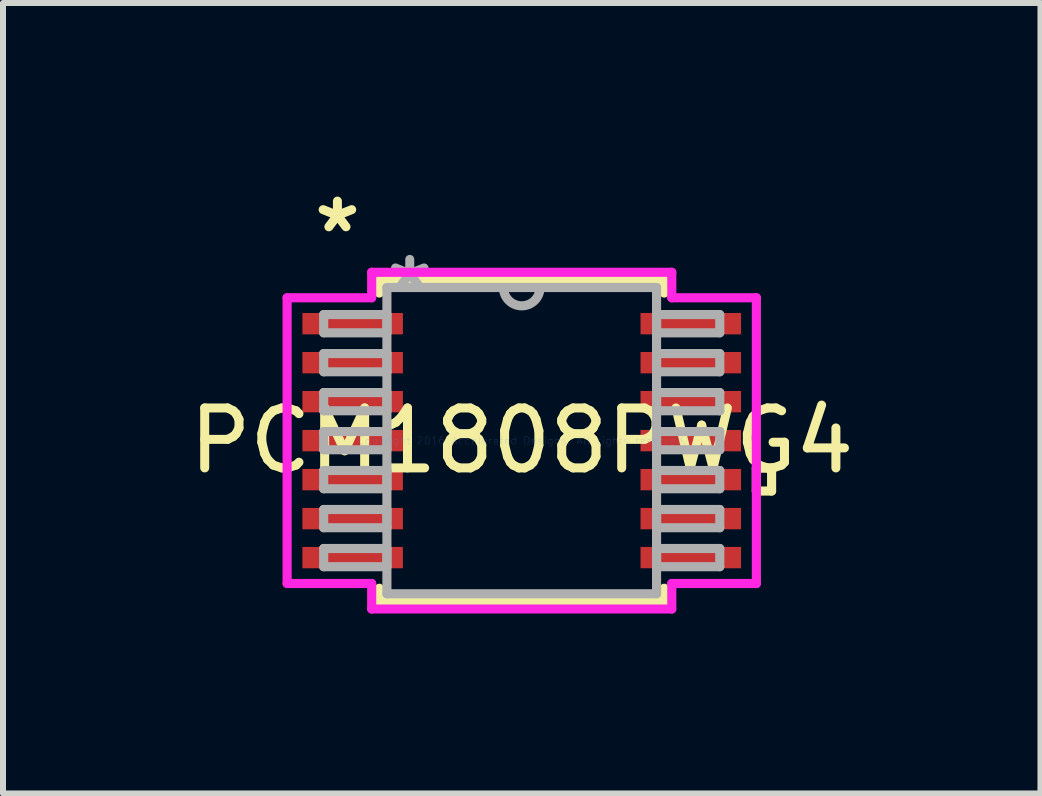
<source format=kicad_pcb>
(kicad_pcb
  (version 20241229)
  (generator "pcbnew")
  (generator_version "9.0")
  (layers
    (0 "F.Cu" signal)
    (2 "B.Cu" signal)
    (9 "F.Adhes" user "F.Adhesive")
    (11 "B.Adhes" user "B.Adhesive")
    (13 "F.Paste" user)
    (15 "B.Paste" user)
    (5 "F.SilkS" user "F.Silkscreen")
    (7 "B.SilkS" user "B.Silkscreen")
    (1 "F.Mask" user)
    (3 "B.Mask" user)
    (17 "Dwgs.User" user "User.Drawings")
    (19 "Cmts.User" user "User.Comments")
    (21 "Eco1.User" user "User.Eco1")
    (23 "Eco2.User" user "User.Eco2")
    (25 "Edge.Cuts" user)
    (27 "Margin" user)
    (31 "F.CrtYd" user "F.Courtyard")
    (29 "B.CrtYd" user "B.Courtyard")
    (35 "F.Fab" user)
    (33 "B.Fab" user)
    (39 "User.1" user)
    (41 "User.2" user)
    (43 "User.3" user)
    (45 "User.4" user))
  (footprint "PCM1808PWG4"
    (layer "F.Cu")
    (at 5.649 4.297)
    (property "Reference" "PCM1808PWG4" (at 0 0 0) (layer "F.SilkS") (effects (font (size 1 1) (thickness 0.15))))
    (attr through_hole)
    (fp_line (start -2.375 -2.68) (end -2.375 -2.461) (stroke (width 0.152) (type solid)) (layer "F.SilkS"))
    (fp_line (start -2.375 2.461) (end -2.375 2.68) (stroke (width 0.152) (type solid)) (layer "F.SilkS"))
    (fp_line (start -2.375 2.68) (end 2.375 2.68) (stroke (width 0.152) (type solid)) (layer "F.SilkS"))
    (fp_line (start 2.375 -2.68) (end -2.375 -2.68) (stroke (width 0.152) (type solid)) (layer "F.SilkS"))
    (fp_line (start 2.375 -2.461) (end 2.375 -2.68) (stroke (width 0.152) (type solid)) (layer "F.SilkS"))
    (fp_line (start 2.375 2.68) (end 2.375 2.461) (stroke (width 0.152) (type solid)) (layer "F.SilkS"))
    (fp_line (start 3.912 0.459) (end 4.166 0.459) (stroke (width 0.152) (type solid)) (layer "F.SilkS"))
    (fp_line (start 3.912 0.84) (end 3.912 0.459) (stroke (width 0.152) (type solid)) (layer "F.SilkS"))
    (fp_line (start 4.166 0.459) (end 4.166 0.84) (stroke (width 0.152) (type solid)) (layer "F.SilkS"))
    (fp_line (start 4.166 0.84) (end 3.912 0.84) (stroke (width 0.152) (type solid)) (layer "F.SilkS"))
    (fp_line (start -3.912 -2.382) (end -2.502 -2.382) (stroke (width 0.152) (type solid)) (layer "F.CrtYd"))
    (fp_line (start -3.912 2.382) (end -3.912 -2.382) (stroke (width 0.152) (type solid)) (layer "F.CrtYd"))
    (fp_line (start -2.502 -2.807) (end 2.502 -2.807) (stroke (width 0.152) (type solid)) (layer "F.CrtYd"))
    (fp_line (start -2.502 -2.382) (end -2.502 -2.807) (stroke (width 0.152) (type solid)) (layer "F.CrtYd"))
    (fp_line (start -2.502 2.382) (end -3.912 2.382) (stroke (width 0.152) (type solid)) (layer "F.CrtYd"))
    (fp_line (start -2.502 2.807) (end -2.502 2.382) (stroke (width 0.152) (type solid)) (layer "F.CrtYd"))
    (fp_line (start 2.502 -2.807) (end 2.502 -2.382) (stroke (width 0.152) (type solid)) (layer "F.CrtYd"))
    (fp_line (start 2.502 -2.382) (end 3.912 -2.382) (stroke (width 0.152) (type solid)) (layer "F.CrtYd"))
    (fp_line (start 2.502 2.382) (end 2.502 2.807) (stroke (width 0.152) (type solid)) (layer "F.CrtYd"))
    (fp_line (start 2.502 2.807) (end -2.502 2.807) (stroke (width 0.152) (type solid)) (layer "F.CrtYd"))
    (fp_line (start 3.912 -2.382) (end 3.912 2.382) (stroke (width 0.152) (type solid)) (layer "F.CrtYd"))
    (fp_line (start 3.912 2.382) (end 2.502 2.382) (stroke (width 0.152) (type solid)) (layer "F.CrtYd"))
    (fp_line (start -3.302 -2.102) (end -3.302 -1.798) (stroke (width 0.152) (type solid)) (layer "F.Fab"))
    (fp_line (start -3.302 -1.798) (end -2.248 -1.798) (stroke (width 0.152) (type solid)) (layer "F.Fab"))
    (fp_line (start -3.302 -1.452) (end -3.302 -1.148) (stroke (width 0.152) (type solid)) (layer "F.Fab"))
    (fp_line (start -3.302 -1.148) (end -2.248 -1.148) (stroke (width 0.152) (type solid)) (layer "F.Fab"))
    (fp_line (start -3.302 -0.802) (end -3.302 -0.498) (stroke (width 0.152) (type solid)) (layer "F.Fab"))
    (fp_line (start -3.302 -0.498) (end -2.248 -0.498) (stroke (width 0.152) (type solid)) (layer "F.Fab"))
    (fp_line (start -3.302 -0.152) (end -3.302 0.152) (stroke (width 0.152) (type solid)) (layer "F.Fab"))
    (fp_line (start -3.302 0.152) (end -2.248 0.152) (stroke (width 0.152) (type solid)) (layer "F.Fab"))
    (fp_line (start -3.302 0.498) (end -3.302 0.802) (stroke (width 0.152) (type solid)) (layer "F.Fab"))
    (fp_line (start -3.302 0.802) (end -2.248 0.802) (stroke (width 0.152) (type solid)) (layer "F.Fab"))
    (fp_line (start -3.302 1.148) (end -3.302 1.452) (stroke (width 0.152) (type solid)) (layer "F.Fab"))
    (fp_line (start -3.302 1.452) (end -2.248 1.452) (stroke (width 0.152) (type solid)) (layer "F.Fab"))
    (fp_line (start -3.302 1.798) (end -3.302 2.102) (stroke (width 0.152) (type solid)) (layer "F.Fab"))
    (fp_line (start -3.302 2.102) (end -2.248 2.102) (stroke (width 0.152) (type solid)) (layer "F.Fab"))
    (fp_line (start -2.248 -2.553) (end -2.248 2.553) (stroke (width 0.152) (type solid)) (layer "F.Fab"))
    (fp_line (start -2.248 -2.102) (end -3.302 -2.102) (stroke (width 0.152) (type solid)) (layer "F.Fab"))
    (fp_line (start -2.248 -1.798) (end -2.248 -2.102) (stroke (width 0.152) (type solid)) (layer "F.Fab"))
    (fp_line (start -2.248 -1.452) (end -3.302 -1.452) (stroke (width 0.152) (type solid)) (layer "F.Fab"))
    (fp_line (start -2.248 -1.148) (end -2.248 -1.452) (stroke (width 0.152) (type solid)) (layer "F.Fab"))
    (fp_line (start -2.248 -0.802) (end -3.302 -0.802) (stroke (width 0.152) (type solid)) (layer "F.Fab"))
    (fp_line (start -2.248 -0.498) (end -2.248 -0.802) (stroke (width 0.152) (type solid)) (layer "F.Fab"))
    (fp_line (start -2.248 -0.152) (end -3.302 -0.152) (stroke (width 0.152) (type solid)) (layer "F.Fab"))
    (fp_line (start -2.248 0.152) (end -2.248 -0.152) (stroke (width 0.152) (type solid)) (layer "F.Fab"))
    (fp_line (start -2.248 0.498) (end -3.302 0.498) (stroke (width 0.152) (type solid)) (layer "F.Fab"))
    (fp_line (start -2.248 0.802) (end -2.248 0.498) (stroke (width 0.152) (type solid)) (layer "F.Fab"))
    (fp_line (start -2.248 1.148) (end -3.302 1.148) (stroke (width 0.152) (type solid)) (layer "F.Fab"))
    (fp_line (start -2.248 1.452) (end -2.248 1.148) (stroke (width 0.152) (type solid)) (layer "F.Fab"))
    (fp_line (start -2.248 1.798) (end -3.302 1.798) (stroke (width 0.152) (type solid)) (layer "F.Fab"))
    (fp_line (start -2.248 2.102) (end -2.248 1.798) (stroke (width 0.152) (type solid)) (layer "F.Fab"))
    (fp_line (start -2.248 2.553) (end 2.248 2.553) (stroke (width 0.152) (type solid)) (layer "F.Fab"))
    (fp_line (start 2.248 -2.553) (end -2.248 -2.553) (stroke (width 0.152) (type solid)) (layer "F.Fab"))
    (fp_line (start 2.248 -2.102) (end 2.248 -1.798) (stroke (width 0.152) (type solid)) (layer "F.Fab"))
    (fp_line (start 2.248 -1.798) (end 3.302 -1.798) (stroke (width 0.152) (type solid)) (layer "F.Fab"))
    (fp_line (start 2.248 -1.452) (end 2.248 -1.148) (stroke (width 0.152) (type solid)) (layer "F.Fab"))
    (fp_line (start 2.248 -1.148) (end 3.302 -1.148) (stroke (width 0.152) (type solid)) (layer "F.Fab"))
    (fp_line (start 2.248 -0.802) (end 2.248 -0.498) (stroke (width 0.152) (type solid)) (layer "F.Fab"))
    (fp_line (start 2.248 -0.498) (end 3.302 -0.498) (stroke (width 0.152) (type solid)) (layer "F.Fab"))
    (fp_line (start 2.248 -0.152) (end 2.248 0.152) (stroke (width 0.152) (type solid)) (layer "F.Fab"))
    (fp_line (start 2.248 0.152) (end 3.302 0.152) (stroke (width 0.152) (type solid)) (layer "F.Fab"))
    (fp_line (start 2.248 0.498) (end 2.248 0.802) (stroke (width 0.152) (type solid)) (layer "F.Fab"))
    (fp_line (start 2.248 0.802) (end 3.302 0.802) (stroke (width 0.152) (type solid)) (layer "F.Fab"))
    (fp_line (start 2.248 1.148) (end 2.248 1.452) (stroke (width 0.152) (type solid)) (layer "F.Fab"))
    (fp_line (start 2.248 1.452) (end 3.302 1.452) (stroke (width 0.152) (type solid)) (layer "F.Fab"))
    (fp_line (start 2.248 1.798) (end 2.248 2.102) (stroke (width 0.152) (type solid)) (layer "F.Fab"))
    (fp_line (start 2.248 2.102) (end 3.302 2.102) (stroke (width 0.152) (type solid)) (layer "F.Fab"))
    (fp_line (start 2.248 2.553) (end 2.248 -2.553) (stroke (width 0.152) (type solid)) (layer "F.Fab"))
    (fp_line (start 3.302 -2.102) (end 2.248 -2.102) (stroke (width 0.152) (type solid)) (layer "F.Fab"))
    (fp_line (start 3.302 -1.798) (end 3.302 -2.102) (stroke (width 0.152) (type solid)) (layer "F.Fab"))
    (fp_line (start 3.302 -1.452) (end 2.248 -1.452) (stroke (width 0.152) (type solid)) (layer "F.Fab"))
    (fp_line (start 3.302 -1.148) (end 3.302 -1.452) (stroke (width 0.152) (type solid)) (layer "F.Fab"))
    (fp_line (start 3.302 -0.802) (end 2.248 -0.802) (stroke (width 0.152) (type solid)) (layer "F.Fab"))
    (fp_line (start 3.302 -0.498) (end 3.302 -0.802) (stroke (width 0.152) (type solid)) (layer "F.Fab"))
    (fp_line (start 3.302 -0.152) (end 2.248 -0.152) (stroke (width 0.152) (type solid)) (layer "F.Fab"))
    (fp_line (start 3.302 0.152) (end 3.302 -0.152) (stroke (width 0.152) (type solid)) (layer "F.Fab"))
    (fp_line (start 3.302 0.498) (end 2.248 0.498) (stroke (width 0.152) (type solid)) (layer "F.Fab"))
    (fp_line (start 3.302 0.802) (end 3.302 0.498) (stroke (width 0.152) (type solid)) (layer "F.Fab"))
    (fp_line (start 3.302 1.148) (end 2.248 1.148) (stroke (width 0.152) (type solid)) (layer "F.Fab"))
    (fp_line (start 3.302 1.452) (end 3.302 1.148) (stroke (width 0.152) (type solid)) (layer "F.Fab"))
    (fp_line (start 3.302 1.798) (end 2.248 1.798) (stroke (width 0.152) (type solid)) (layer "F.Fab"))
    (fp_line (start 3.302 2.102) (end 3.302 1.798) (stroke (width 0.152) (type solid)) (layer "F.Fab"))
    (fp_arc (start 0.3048 -2.5527) (mid 0 -2.2479) (end -0.3048 -2.5527) (stroke (width 0.1524) (type solid)) (layer "F.Fab"))
    (fp_text user "*" (at -3.073 -3.449 0) (layer "F.SilkS") (effects (font (size 1 1) (thickness 0.15))))
    (fp_text user "Copyright 2016 Accelerated Designs. All rights reserved." (at 0 0 0) (layer "Cmts.User") (effects (font (size 0.127 0.127) (thickness 0.002))))
    (fp_text user "*" (at -1.867 -2.477 0) (layer "F.Fab") (effects (font (size 1 1) (thickness 0.15))))
    (pad "1" smd rect (at -2.819 -1.95) (size 1.676 0.356) (layers "F.Cu" "F.Mask" "F.Paste"))
    (pad "2" smd rect (at -2.819 -1.3) (size 1.676 0.356) (layers "F.Cu" "F.Mask" "F.Paste"))
    (pad "3" smd rect (at -2.819 -0.65) (size 1.676 0.356) (layers "F.Cu" "F.Mask" "F.Paste"))
    (pad "4" smd rect (at -2.819 0) (size 1.676 0.356) (layers "F.Cu" "F.Mask" "F.Paste"))
    (pad "5" smd rect (at -2.819 0.65) (size 1.676 0.356) (layers "F.Cu" "F.Mask" "F.Paste"))
    (pad "6" smd rect (at -2.819 1.3) (size 1.676 0.356) (layers "F.Cu" "F.Mask" "F.Paste"))
    (pad "7" smd rect (at -2.819 1.95) (size 1.676 0.356) (layers "F.Cu" "F.Mask" "F.Paste"))
    (pad "8" smd rect (at 2.819 1.95) (size 1.676 0.356) (layers "F.Cu" "F.Mask" "F.Paste"))
    (pad "9" smd rect (at 2.819 1.3) (size 1.676 0.356) (layers "F.Cu" "F.Mask" "F.Paste"))
    (pad "10" smd rect (at 2.819 0.65) (size 1.676 0.356) (layers "F.Cu" "F.Mask" "F.Paste"))
    (pad "11" smd rect (at 2.819 0) (size 1.676 0.356) (layers "F.Cu" "F.Mask" "F.Paste"))
    (pad "12" smd rect (at 2.819 -0.65) (size 1.676 0.356) (layers "F.Cu" "F.Mask" "F.Paste"))
    (pad "13" smd rect (at 2.819 -1.3) (size 1.676 0.356) (layers "F.Cu" "F.Mask" "F.Paste"))
    (pad "14" smd rect (at 2.819 -1.95) (size 1.676 0.356) (layers "F.Cu" "F.Mask" "F.Paste")))
  (gr_rect
    (start -3 -3)
    (end 14.298 10.18)
    (stroke (width 0.1) (type default))
    (fill no)
    (layer "Edge.Cuts")))
</source>
